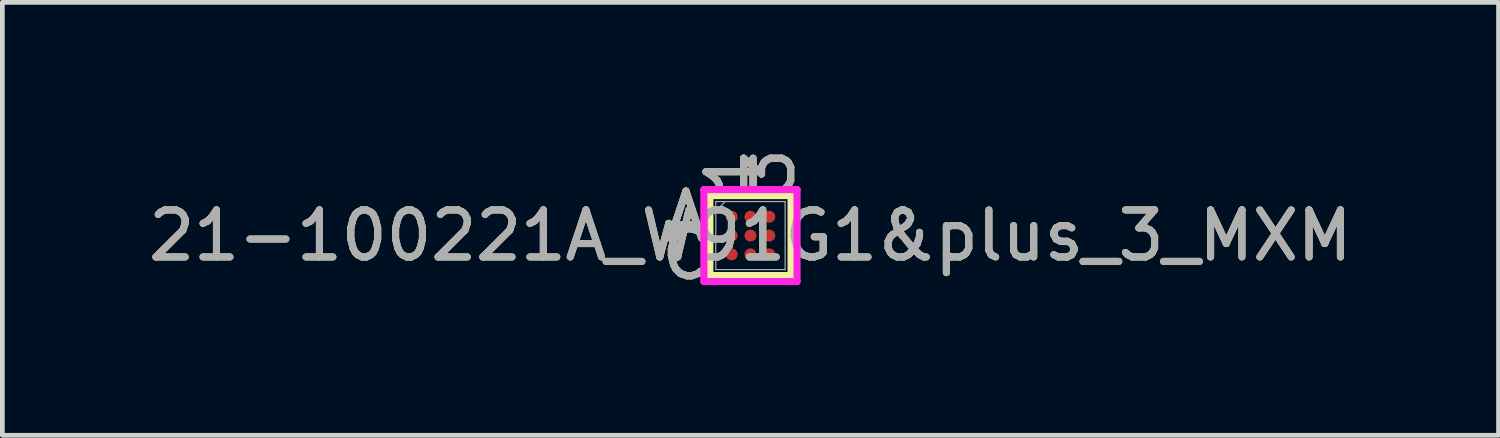
<source format=kicad_pcb>
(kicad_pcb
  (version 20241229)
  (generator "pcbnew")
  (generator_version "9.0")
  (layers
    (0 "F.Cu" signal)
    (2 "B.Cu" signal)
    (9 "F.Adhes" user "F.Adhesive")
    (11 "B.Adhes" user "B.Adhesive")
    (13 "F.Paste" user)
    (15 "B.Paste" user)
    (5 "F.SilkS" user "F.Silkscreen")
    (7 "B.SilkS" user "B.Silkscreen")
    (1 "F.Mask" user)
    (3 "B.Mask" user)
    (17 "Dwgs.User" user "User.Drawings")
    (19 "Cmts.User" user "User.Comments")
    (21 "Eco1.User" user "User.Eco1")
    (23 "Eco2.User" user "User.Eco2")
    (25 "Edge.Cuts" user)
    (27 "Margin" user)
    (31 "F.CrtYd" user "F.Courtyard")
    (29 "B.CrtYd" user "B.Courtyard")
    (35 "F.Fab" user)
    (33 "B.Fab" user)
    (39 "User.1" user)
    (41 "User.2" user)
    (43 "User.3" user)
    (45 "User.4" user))
  (footprint "21-100221A_W91G1&plus_3_MXM"
    (layer "F.Cu")
    (at 12.911 1.96)
    (property "Reference" "21-100221A_W91G1&plus_3_MXM" (at 0 0 0) (unlocked yes) (layer "F.SilkS") (effects (font (size 1 1) (thickness 0.15))))
    (attr smd)
    (fp_line (start -0.864 -0.851) (end -0.864 0.851) (stroke (width 0.152) (type solid)) (layer "F.SilkS"))
    (fp_line (start -0.864 0.851) (end 0.864 0.851) (stroke (width 0.152) (type solid)) (layer "F.SilkS"))
    (fp_line (start 0.864 -0.851) (end -0.864 -0.851) (stroke (width 0.152) (type solid)) (layer "F.SilkS"))
    (fp_line (start 0.864 0.851) (end 0.864 -0.851) (stroke (width 0.152) (type solid)) (layer "F.SilkS"))
    (fp_poly (pts (xy -1.044 -1.044) (xy 1.044 -1.044) (xy 1.044 1.044) (xy -1.044 1.044)) (stroke (width 0.1) (type solid)) (fill no) (layer "Eco2.User"))
    (fp_line (start -0.991 -0.978) (end 0.991 -0.978) (stroke (width 0.152) (type solid)) (layer "F.CrtYd"))
    (fp_line (start -0.991 0.978) (end -0.991 -0.978) (stroke (width 0.152) (type solid)) (layer "F.CrtYd"))
    (fp_line (start 0.991 -0.978) (end 0.991 0.978) (stroke (width 0.152) (type solid)) (layer "F.CrtYd"))
    (fp_line (start 0.991 0.978) (end -0.991 0.978) (stroke (width 0.152) (type solid)) (layer "F.CrtYd"))
    (fp_line (start -0.737 -0.724) (end -0.737 0.724) (stroke (width 0.025) (type solid)) (layer "F.Fab"))
    (fp_line (start -0.737 0.724) (end 0.737 0.724) (stroke (width 0.025) (type solid)) (layer "F.Fab"))
    (fp_line (start -0.537 -0.724) (end -0.737 -0.524) (stroke (width 0.025) (type solid)) (layer "F.Fab"))
    (fp_line (start 0.737 -0.724) (end -0.737 -0.724) (stroke (width 0.025) (type solid)) (layer "F.Fab"))
    (fp_line (start 0.737 0.724) (end 0.737 -0.724) (stroke (width 0.025) (type solid)) (layer "F.Fab"))
    (fp_text user "A" (at -1.372 -0.4 0) (unlocked yes) (layer "F.SilkS") (effects (font (size 1 1) (thickness 0.15))))
    (fp_text user "C" (at -1.372 0.4 0) (unlocked yes) (layer "F.SilkS") (effects (font (size 1 1) (thickness 0.15))))
    (fp_text user "1" (at -0.4 -1.359 90) (unlocked yes) (layer "F.SilkS") (effects (font (size 1 1) (thickness 0.15))))
    (fp_text user "3" (at 0.4 -1.359 90) (unlocked yes) (layer "F.SilkS") (effects (font (size 1 1) (thickness 0.15))))
    (fp_text user "C" (at -1.372 0.4 0) (unlocked yes) (layer "B.SilkS") (effects (font (size 1 1) (thickness 0.15))))
    (fp_text user "A" (at -1.372 -0.4 0) (unlocked yes) (layer "B.SilkS") (effects (font (size 1 1) (thickness 0.15))))
    (fp_text user "1" (at -0.4 -1.359 90) (unlocked yes) (layer "B.SilkS") (effects (font (size 1 1) (thickness 0.15))))
    (fp_text user "3" (at 0.4 -1.359 90) (unlocked yes) (layer "B.SilkS") (effects (font (size 1 1) (thickness 0.15))))
    (fp_text user "${REFERENCE}" (at 0 0 0) (unlocked yes) (layer "F.Fab") (effects (font (size 1 1) (thickness 0.15))))
    (fp_text user "1" (at -0.4 -1.359 90) (unlocked yes) (layer "F.Fab") (effects (font (size 1 1) (thickness 0.15))))
    (fp_text user "A" (at -1.372 -0.4 0) (unlocked yes) (layer "F.Fab") (effects (font (size 1 1) (thickness 0.15))))
    (fp_text user "3" (at 0.4 -1.359 90) (unlocked yes) (layer "F.Fab") (effects (font (size 1 1) (thickness 0.15))))
    (fp_text user "C" (at -1.372 0.4 0) (unlocked yes) (layer "F.Fab") (effects (font (size 1 1) (thickness 0.15))))
    (pad "A1" smd circle (at -0.4 -0.4) (size 0.254 0.254) (layers "F.Cu" "F.Mask" "F.Paste"))
    (pad "A2" smd circle (at 0 -0.4) (size 0.254 0.254) (layers "F.Cu" "F.Mask" "F.Paste"))
    (pad "A3" smd circle (at 0.4 -0.4) (size 0.254 0.254) (layers "F.Cu" "F.Mask" "F.Paste"))
    (pad "B1" smd circle (at -0.4 0) (size 0.254 0.254) (layers "F.Cu" "F.Mask" "F.Paste"))
    (pad "B2" smd circle (at 0 0) (size 0.254 0.254) (layers "F.Cu" "F.Mask" "F.Paste"))
    (pad "B3" smd circle (at 0.4 0) (size 0.254 0.254) (layers "F.Cu" "F.Mask" "F.Paste"))
    (pad "C1" smd circle (at -0.4 0.4) (size 0.254 0.254) (layers "F.Cu" "F.Mask" "F.Paste"))
    (pad "C2" smd circle (at 0 0.4) (size 0.254 0.254) (layers "F.Cu" "F.Mask" "F.Paste"))
    (pad "C3" smd circle (at 0.4 0.4) (size 0.254 0.254) (layers "F.Cu" "F.Mask" "F.Paste")))
  (gr_rect
    (start -3 -3)
    (end 28.821 6.208)
    (stroke (width 0.1) (type default))
    (fill no)
    (layer "Edge.Cuts")))
</source>
